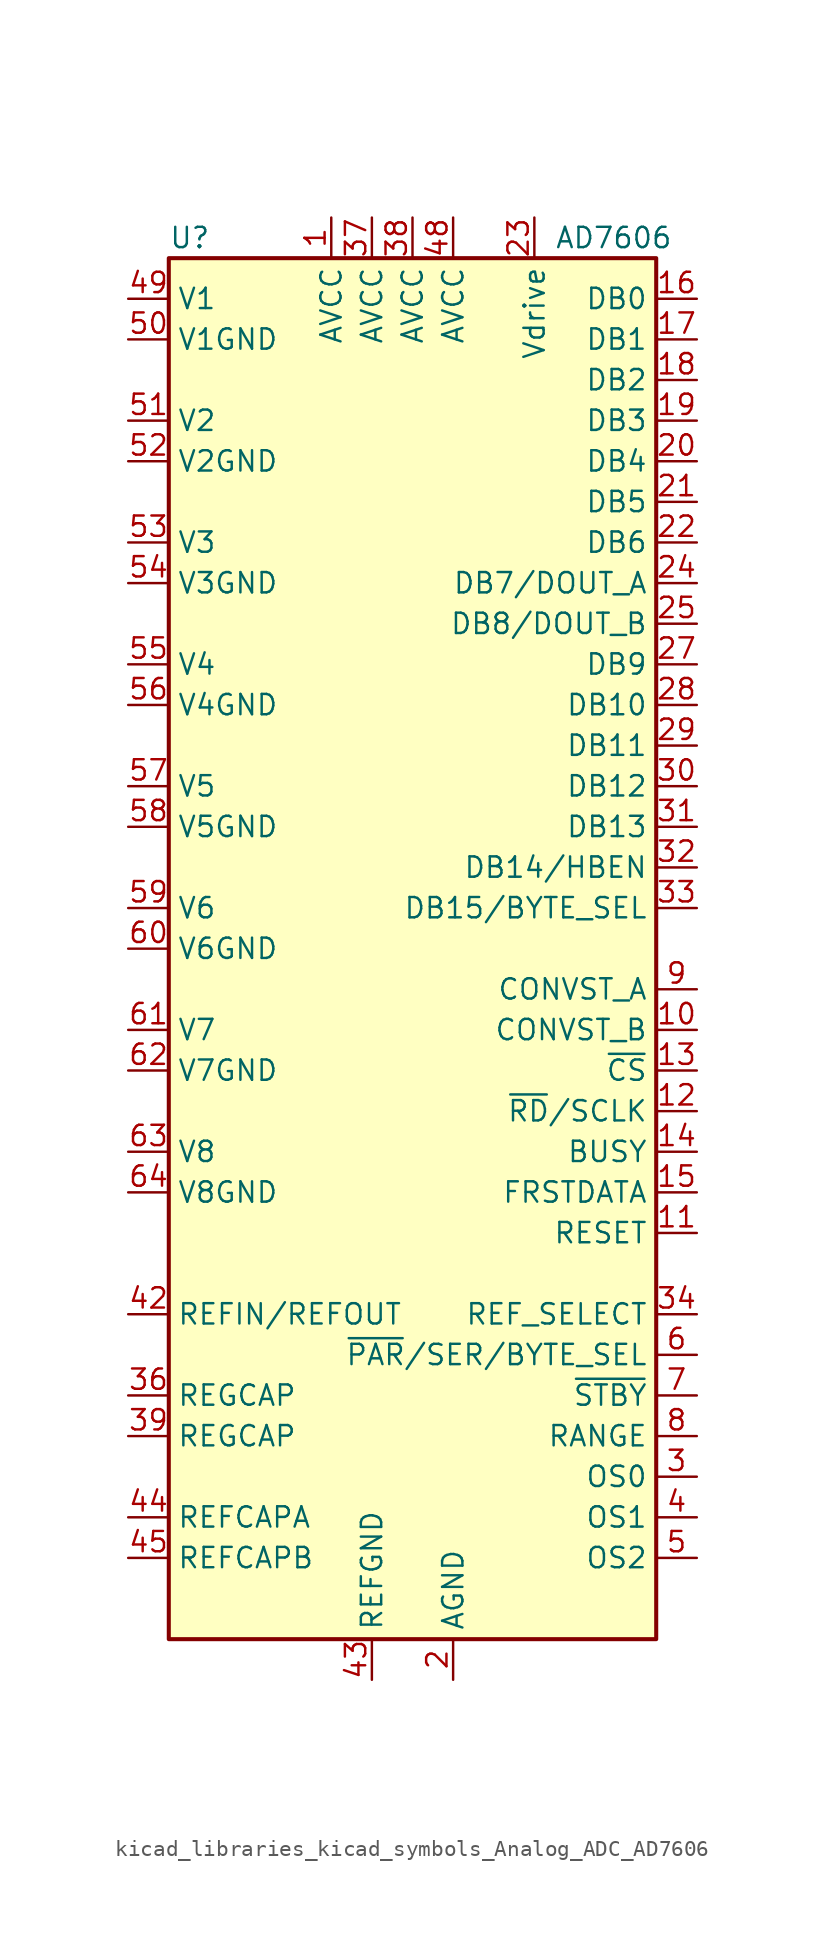
<source format=kicad_sym>
(kicad_symbol_lib
  (version 20220914)
  (generator kicad_symbol_editor)
  (symbol "kicad_libraries_kicad_symbols_Analog_ADC_AD7606"
    (property "Reference" "U"
      (at -15.24 44.45 0)
      (effects (font (size 1.27 1.27)) (justify left)))
    (property "Value" "AD7606"
      (at 8.89 44.45 0)
      (effects (font (size 1.27 1.27)) (justify left)))
    (symbol "kicad_libraries_kicad_symbols_Analog_ADC_AD7606_1_1"
      (rectangle (start -15.24 43.18) (end 15.24 -43.18) (stroke (width 0.254) (type default)) (fill (type background)))
      (pin power_in line (at -5.08 45.72 270) (length 2.54) (name "AVCC" (effects (font (size 1.27 1.27)))) (number "1" (effects (font (size 1.27 1.27)))))
      (pin input line (at 17.78 -5.08 180) (length 2.54) (name "CONVST_B" (effects (font (size 1.27 1.27)))) (number "10" (effects (font (size 1.27 1.27)))))
      (pin input line (at 17.78 -17.78 180) (length 2.54) (name "RESET" (effects (font (size 1.27 1.27)))) (number "11" (effects (font (size 1.27 1.27)))))
      (pin input line (at 17.78 -10.16 180) (length 2.54) (name "~{RD}/SCLK" (effects (font (size 1.27 1.27)))) (number "12" (effects (font (size 1.27 1.27)))))
      (pin input line (at 17.78 -7.62 180) (length 2.54) (name "~{CS}" (effects (font (size 1.27 1.27)))) (number "13" (effects (font (size 1.27 1.27)))))
      (pin output line (at 17.78 -12.7 180) (length 2.54) (name "BUSY" (effects (font (size 1.27 1.27)))) (number "14" (effects (font (size 1.27 1.27)))))
      (pin output line (at 17.78 -15.24 180) (length 2.54) (name "FRSTDATA" (effects (font (size 1.27 1.27)))) (number "15" (effects (font (size 1.27 1.27)))))
      (pin output line (at 17.78 40.64 180) (length 2.54) (name "DB0" (effects (font (size 1.27 1.27)))) (number "16" (effects (font (size 1.27 1.27)))))
      (pin output line (at 17.78 38.1 180) (length 2.54) (name "DB1" (effects (font (size 1.27 1.27)))) (number "17" (effects (font (size 1.27 1.27)))))
      (pin output line (at 17.78 35.56 180) (length 2.54) (name "DB2" (effects (font (size 1.27 1.27)))) (number "18" (effects (font (size 1.27 1.27)))))
      (pin output line (at 17.78 33.02 180) (length 2.54) (name "DB3" (effects (font (size 1.27 1.27)))) (number "19" (effects (font (size 1.27 1.27)))))
      (pin power_in line (at 2.54 -45.72 90) (length 2.54) (name "AGND" (effects (font (size 1.27 1.27)))) (number "2" (effects (font (size 1.27 1.27)))))
      (pin output line (at 17.78 30.48 180) (length 2.54) (name "DB4" (effects (font (size 1.27 1.27)))) (number "20" (effects (font (size 1.27 1.27)))))
      (pin output line (at 17.78 27.94 180) (length 2.54) (name "DB5" (effects (font (size 1.27 1.27)))) (number "21" (effects (font (size 1.27 1.27)))))
      (pin output line (at 17.78 25.4 180) (length 2.54) (name "DB6" (effects (font (size 1.27 1.27)))) (number "22" (effects (font (size 1.27 1.27)))))
      (pin power_in line (at 7.62 45.72 270) (length 2.54) (name "Vdrive" (effects (font (size 1.27 1.27)))) (number "23" (effects (font (size 1.27 1.27)))))
      (pin output line (at 17.78 22.86 180) (length 2.54) (name "DB7/DOUT_A" (effects (font (size 1.27 1.27)))) (number "24" (effects (font (size 1.27 1.27)))))
      (pin output line (at 17.78 20.32 180) (length 2.54) (name "DB8/DOUT_B" (effects (font (size 1.27 1.27)))) (number "25" (effects (font (size 1.27 1.27)))))
      (pin passive line (at 2.54 -45.72 90) (length 2.54) hide (name "AGND" (effects (font (size 1.27 1.27)))) (number "26" (effects (font (size 1.27 1.27)))))
      (pin output line (at 17.78 17.78 180) (length 2.54) (name "DB9" (effects (font (size 1.27 1.27)))) (number "27" (effects (font (size 1.27 1.27)))))
      (pin output line (at 17.78 15.24 180) (length 2.54) (name "DB10" (effects (font (size 1.27 1.27)))) (number "28" (effects (font (size 1.27 1.27)))))
      (pin output line (at 17.78 12.7 180) (length 2.54) (name "DB11" (effects (font (size 1.27 1.27)))) (number "29" (effects (font (size 1.27 1.27)))))
      (pin input line (at 17.78 -33.02 180) (length 2.54) (name "OS0" (effects (font (size 1.27 1.27)))) (number "3" (effects (font (size 1.27 1.27)))))
      (pin output line (at 17.78 10.16 180) (length 2.54) (name "DB12" (effects (font (size 1.27 1.27)))) (number "30" (effects (font (size 1.27 1.27)))))
      (pin output line (at 17.78 7.62 180) (length 2.54) (name "DB13" (effects (font (size 1.27 1.27)))) (number "31" (effects (font (size 1.27 1.27)))))
      (pin bidirectional line (at 17.78 5.08 180) (length 2.54) (name "DB14/HBEN" (effects (font (size 1.27 1.27)))) (number "32" (effects (font (size 1.27 1.27)))))
      (pin bidirectional line (at 17.78 2.54 180) (length 2.54) (name "DB15/BYTE_SEL" (effects (font (size 1.27 1.27)))) (number "33" (effects (font (size 1.27 1.27)))))
      (pin input line (at 17.78 -22.86 180) (length 2.54) (name "REF_SELECT" (effects (font (size 1.27 1.27)))) (number "34" (effects (font (size 1.27 1.27)))))
      (pin passive line (at 2.54 -45.72 90) (length 2.54) hide (name "AGND" (effects (font (size 1.27 1.27)))) (number "35" (effects (font (size 1.27 1.27)))))
      (pin passive line (at -17.78 -27.94 0) (length 2.54) (name "REGCAP" (effects (font (size 1.27 1.27)))) (number "36" (effects (font (size 1.27 1.27)))))
      (pin power_in line (at -2.54 45.72 270) (length 2.54) (name "AVCC" (effects (font (size 1.27 1.27)))) (number "37" (effects (font (size 1.27 1.27)))))
      (pin power_in line (at 0 45.72 270) (length 2.54) (name "AVCC" (effects (font (size 1.27 1.27)))) (number "38" (effects (font (size 1.27 1.27)))))
      (pin passive line (at -17.78 -30.48 0) (length 2.54) (name "REGCAP" (effects (font (size 1.27 1.27)))) (number "39" (effects (font (size 1.27 1.27)))))
      (pin input line (at 17.78 -35.56 180) (length 2.54) (name "OS1" (effects (font (size 1.27 1.27)))) (number "4" (effects (font (size 1.27 1.27)))))
      (pin passive line (at 2.54 -45.72 90) (length 2.54) hide (name "AGND" (effects (font (size 1.27 1.27)))) (number "40" (effects (font (size 1.27 1.27)))))
      (pin passive line (at 2.54 -45.72 90) (length 2.54) hide (name "AGND" (effects (font (size 1.27 1.27)))) (number "41" (effects (font (size 1.27 1.27)))))
      (pin passive line (at -17.78 -22.86 0) (length 2.54) (name "REFIN/REFOUT" (effects (font (size 1.27 1.27)))) (number "42" (effects (font (size 1.27 1.27)))))
      (pin power_in line (at -2.54 -45.72 90) (length 2.54) (name "REFGND" (effects (font (size 1.27 1.27)))) (number "43" (effects (font (size 1.27 1.27)))))
      (pin passive line (at -17.78 -35.56 0) (length 2.54) (name "REFCAPA" (effects (font (size 1.27 1.27)))) (number "44" (effects (font (size 1.27 1.27)))))
      (pin passive line (at -17.78 -38.1 0) (length 2.54) (name "REFCAPB" (effects (font (size 1.27 1.27)))) (number "45" (effects (font (size 1.27 1.27)))))
      (pin passive line (at -2.54 -45.72 90) (length 2.54) hide (name "REFGND" (effects (font (size 1.27 1.27)))) (number "46" (effects (font (size 1.27 1.27)))))
      (pin passive line (at 2.54 -45.72 90) (length 2.54) hide (name "AGND" (effects (font (size 1.27 1.27)))) (number "47" (effects (font (size 1.27 1.27)))))
      (pin power_in line (at 2.54 45.72 270) (length 2.54) (name "AVCC" (effects (font (size 1.27 1.27)))) (number "48" (effects (font (size 1.27 1.27)))))
      (pin input line (at -17.78 40.64 0) (length 2.54) (name "V1" (effects (font (size 1.27 1.27)))) (number "49" (effects (font (size 1.27 1.27)))))
      (pin input line (at 17.78 -38.1 180) (length 2.54) (name "OS2" (effects (font (size 1.27 1.27)))) (number "5" (effects (font (size 1.27 1.27)))))
      (pin input line (at -17.78 38.1 0) (length 2.54) (name "V1GND" (effects (font (size 1.27 1.27)))) (number "50" (effects (font (size 1.27 1.27)))))
      (pin input line (at -17.78 33.02 0) (length 2.54) (name "V2" (effects (font (size 1.27 1.27)))) (number "51" (effects (font (size 1.27 1.27)))))
      (pin input line (at -17.78 30.48 0) (length 2.54) (name "V2GND" (effects (font (size 1.27 1.27)))) (number "52" (effects (font (size 1.27 1.27)))))
      (pin input line (at -17.78 25.4 0) (length 2.54) (name "V3" (effects (font (size 1.27 1.27)))) (number "53" (effects (font (size 1.27 1.27)))))
      (pin input line (at -17.78 22.86 0) (length 2.54) (name "V3GND" (effects (font (size 1.27 1.27)))) (number "54" (effects (font (size 1.27 1.27)))))
      (pin input line (at -17.78 17.78 0) (length 2.54) (name "V4" (effects (font (size 1.27 1.27)))) (number "55" (effects (font (size 1.27 1.27)))))
      (pin input line (at -17.78 15.24 0) (length 2.54) (name "V4GND" (effects (font (size 1.27 1.27)))) (number "56" (effects (font (size 1.27 1.27)))))
      (pin input line (at -17.78 10.16 0) (length 2.54) (name "V5" (effects (font (size 1.27 1.27)))) (number "57" (effects (font (size 1.27 1.27)))))
      (pin input line (at -17.78 7.62 0) (length 2.54) (name "V5GND" (effects (font (size 1.27 1.27)))) (number "58" (effects (font (size 1.27 1.27)))))
      (pin input line (at -17.78 2.54 0) (length 2.54) (name "V6" (effects (font (size 1.27 1.27)))) (number "59" (effects (font (size 1.27 1.27)))))
      (pin input line (at 17.78 -25.4 180) (length 2.54) (name "~{PAR}/SER/BYTE_SEL" (effects (font (size 1.27 1.27)))) (number "6" (effects (font (size 1.27 1.27)))))
      (pin input line (at -17.78 0 0) (length 2.54) (name "V6GND" (effects (font (size 1.27 1.27)))) (number "60" (effects (font (size 1.27 1.27)))))
      (pin input line (at -17.78 -5.08 0) (length 2.54) (name "V7" (effects (font (size 1.27 1.27)))) (number "61" (effects (font (size 1.27 1.27)))))
      (pin input line (at -17.78 -7.62 0) (length 2.54) (name "V7GND" (effects (font (size 1.27 1.27)))) (number "62" (effects (font (size 1.27 1.27)))))
      (pin input line (at -17.78 -12.7 0) (length 2.54) (name "V8" (effects (font (size 1.27 1.27)))) (number "63" (effects (font (size 1.27 1.27)))))
      (pin input line (at -17.78 -15.24 0) (length 2.54) (name "V8GND" (effects (font (size 1.27 1.27)))) (number "64" (effects (font (size 1.27 1.27)))))
      (pin input line (at 17.78 -27.94 180) (length 2.54) (name "~{STBY}" (effects (font (size 1.27 1.27)))) (number "7" (effects (font (size 1.27 1.27)))))
      (pin input line (at 17.78 -30.48 180) (length 2.54) (name "RANGE" (effects (font (size 1.27 1.27)))) (number "8" (effects (font (size 1.27 1.27)))))
      (pin input line (at 17.78 -2.54 180) (length 2.54) (name "CONVST_A" (effects (font (size 1.27 1.27)))) (number "9" (effects (font (size 1.27 1.27))))))))
</source>
